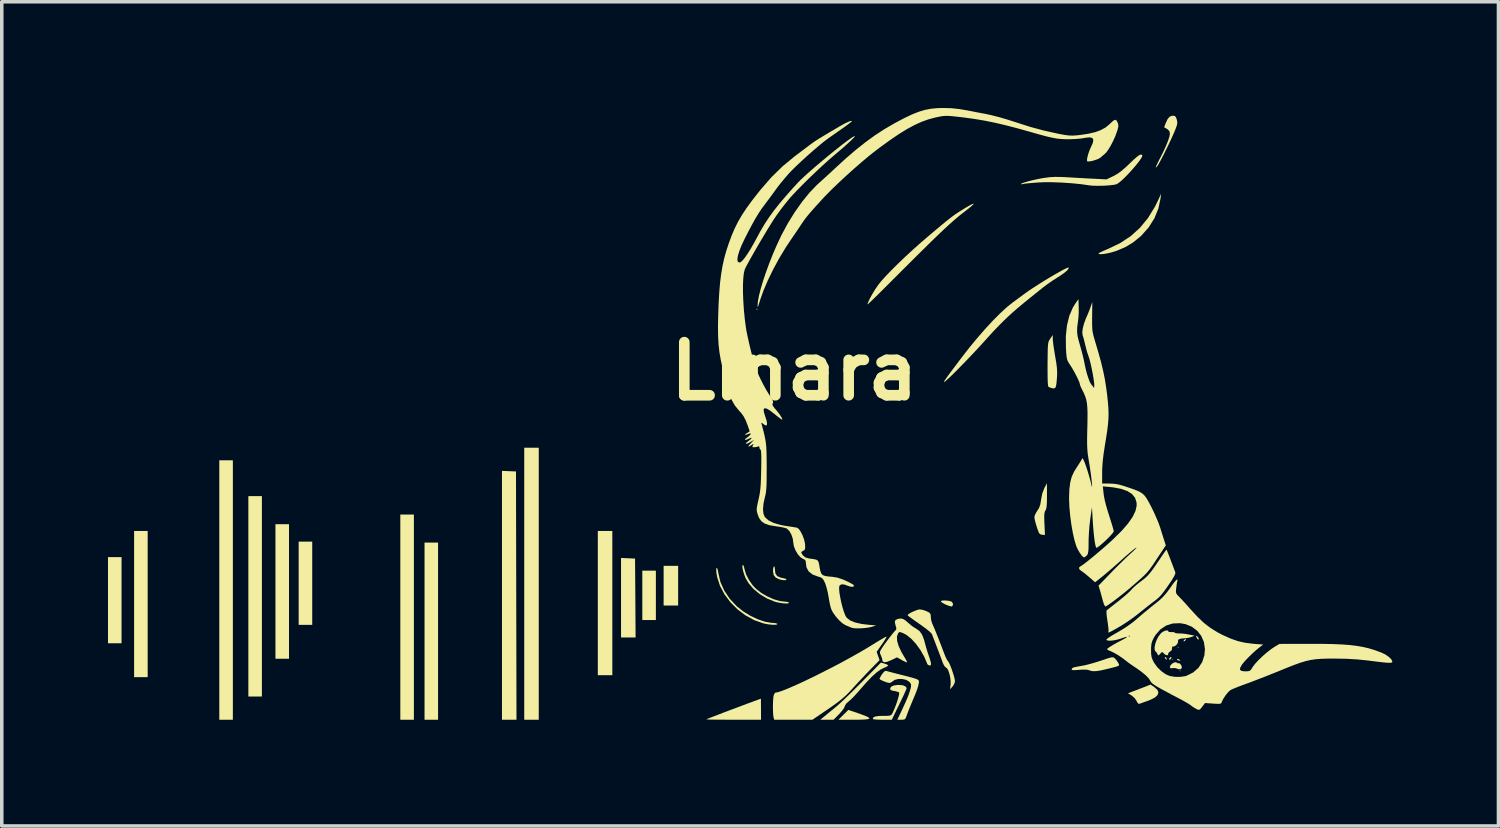
<source format=kicad_pcb>
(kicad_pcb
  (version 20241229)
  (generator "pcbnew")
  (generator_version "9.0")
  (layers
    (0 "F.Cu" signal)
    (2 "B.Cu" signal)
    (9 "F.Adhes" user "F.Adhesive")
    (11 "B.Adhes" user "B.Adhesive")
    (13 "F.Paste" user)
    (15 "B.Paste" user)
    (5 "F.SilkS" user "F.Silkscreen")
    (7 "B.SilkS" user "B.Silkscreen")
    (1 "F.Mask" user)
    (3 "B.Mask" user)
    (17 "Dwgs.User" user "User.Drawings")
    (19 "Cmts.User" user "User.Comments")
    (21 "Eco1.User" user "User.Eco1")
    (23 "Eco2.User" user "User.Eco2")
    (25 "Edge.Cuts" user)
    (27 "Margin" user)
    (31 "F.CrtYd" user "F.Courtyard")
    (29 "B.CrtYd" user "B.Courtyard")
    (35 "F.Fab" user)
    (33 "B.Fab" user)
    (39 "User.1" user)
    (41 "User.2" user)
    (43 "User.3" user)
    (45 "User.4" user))
  (footprint "Linara"
    (layer "F.Cu")
    (at 19.385 7.436)
    (property "Reference" "Linara" (at 0 0 0) (layer "F.SilkS") (effects (font (size 1.5 1.5) (thickness 0.3))))
    (attr board_only exclude_from_pos_files exclude_from_bom)
    (fp_poly (pts (xy 10.69 8.134) (xy 10.677 8.148) (xy 10.663 8.134) (xy 10.677 8.12)) (stroke (width 0) (type solid)) (fill yes) (layer "F.SilkS"))
    (fp_poly (pts (xy 10.854 7.806) (xy 10.841 7.82) (xy 10.827 7.806) (xy 10.841 7.792)) (stroke (width 0) (type solid)) (fill yes) (layer "F.SilkS"))
    (fp_poly (pts (xy 10.909 8.462) (xy 10.895 8.476) (xy 10.882 8.462) (xy 10.895 8.448)) (stroke (width 0) (type solid)) (fill yes) (layer "F.SilkS"))
    (fp_poly (pts (xy -1.048 -1.768) (xy -1.045 -1.736) (xy -1.048 -1.732) (xy -1.064 -1.735) (xy -1.066 -1.75) (xy -1.056 -1.772)) (stroke (width 0) (type solid)) (fill yes) (layer "F.SilkS"))
    (fp_poly (pts (xy -19.002 6.466) (xy -19.002 7.683) (xy -19.194 7.683) (xy -19.385 7.683) (xy -19.385 6.466) (xy -19.385 5.25) (xy -19.194 5.25) (xy -19.002 5.25)) (stroke (width 0) (type solid)) (fill yes) (layer "F.SilkS"))
    (fp_poly (pts (xy -18.264 6.576) (xy -18.264 8.64) (xy -18.455 8.64) (xy -18.647 8.64) (xy -18.647 6.576) (xy -18.647 4.511) (xy -18.455 4.511) (xy -18.264 4.511)) (stroke (width 0) (type solid)) (fill yes) (layer "F.SilkS"))
    (fp_poly (pts (xy -15.858 6.179) (xy -15.858 9.843) (xy -16.049 9.843) (xy -16.241 9.843) (xy -16.241 6.179) (xy -16.241 2.515) (xy -16.049 2.515) (xy -15.858 2.515)) (stroke (width 0) (type solid)) (fill yes) (layer "F.SilkS"))
    (fp_poly (pts (xy -15.038 6.357) (xy -15.038 9.187) (xy -15.229 9.187) (xy -15.42 9.187) (xy -15.42 6.357) (xy -15.42 3.527) (xy -15.229 3.527) (xy -15.038 3.527)) (stroke (width 0) (type solid)) (fill yes) (layer "F.SilkS"))
    (fp_poly (pts (xy -14.272 6.22) (xy -14.272 8.12) (xy -14.464 8.12) (xy -14.655 8.12) (xy -14.655 6.22) (xy -14.655 4.32) (xy -14.464 4.32) (xy -14.272 4.32)) (stroke (width 0) (type solid)) (fill yes) (layer "F.SilkS"))
    (fp_poly (pts (xy -13.616 5.988) (xy -13.616 7.163) (xy -13.807 7.163) (xy -13.999 7.163) (xy -13.999 5.988) (xy -13.999 4.812) (xy -13.807 4.812) (xy -13.616 4.812)) (stroke (width 0) (type solid)) (fill yes) (layer "F.SilkS"))
    (fp_poly (pts (xy -10.745 6.945) (xy -10.745 9.843) (xy -10.936 9.843) (xy -11.128 9.843) (xy -11.128 6.945) (xy -11.128 4.047) (xy -10.936 4.047) (xy -10.745 4.047)) (stroke (width 0) (type solid)) (fill yes) (layer "F.SilkS"))
    (fp_poly (pts (xy -10.062 7.341) (xy -10.062 9.843) (xy -10.253 9.843) (xy -10.444 9.843) (xy -10.444 7.341) (xy -10.444 4.839) (xy -10.253 4.839) (xy -10.062 4.839)) (stroke (width 0) (type solid)) (fill yes) (layer "F.SilkS"))
    (fp_poly (pts (xy -8.059 2.822) (xy -7.861 2.83) (xy -7.854 6.336) (xy -7.847 9.843) (xy -8.052 9.843) (xy -8.257 9.843) (xy -8.257 6.328) (xy -8.257 2.814)) (stroke (width 0) (type solid)) (fill yes) (layer "F.SilkS"))
    (fp_poly (pts (xy -7.218 6.001) (xy -7.218 9.843) (xy -7.423 9.843) (xy -7.628 9.843) (xy -7.628 6.001) (xy -7.628 2.16) (xy -7.423 2.16) (xy -7.218 2.16)) (stroke (width 0) (type solid)) (fill yes) (layer "F.SilkS"))
    (fp_poly (pts (xy -5.14 6.548) (xy -5.14 8.585) (xy -5.345 8.585) (xy -5.55 8.585) (xy -5.55 6.548) (xy -5.55 4.511) (xy -5.345 4.511) (xy -5.14 4.511)) (stroke (width 0) (type solid)) (fill yes) (layer "F.SilkS"))
    (fp_poly (pts (xy -4.696 5.282) (xy -4.498 5.291) (xy -4.49 6.405) (xy -4.483 7.519) (xy -4.689 7.519) (xy -4.894 7.519) (xy -4.894 6.397) (xy -4.894 5.274)) (stroke (width 0) (type solid)) (fill yes) (layer "F.SilkS"))
    (fp_poly (pts (xy -3.91 6.329) (xy -3.91 7.027) (xy -4.101 7.027) (xy -4.293 7.027) (xy -4.293 6.329) (xy -4.293 5.632) (xy -4.101 5.632) (xy -3.91 5.632)) (stroke (width 0) (type solid)) (fill yes) (layer "F.SilkS"))
    (fp_poly (pts (xy -3.281 6.056) (xy -3.281 6.617) (xy -3.486 6.617) (xy -3.691 6.617) (xy -3.691 6.056) (xy -3.691 5.496) (xy -3.486 5.496) (xy -3.281 5.496)) (stroke (width 0) (type solid)) (fill yes) (layer "F.SilkS"))
    (fp_poly (pts (xy 10.514 8.096) (xy 10.517 8.111) (xy 10.514 8.145) (xy 10.511 8.148) (xy 10.492 8.13) (xy 10.475 8.111) (xy 10.46 8.081) (xy 10.481 8.075)) (stroke (width 0) (type solid)) (fill yes) (layer "F.SilkS"))
    (fp_poly (pts (xy 10.651 8.08) (xy 10.647 8.104) (xy 10.621 8.139) (xy 10.594 8.147) (xy 10.585 8.124) (xy 10.587 8.115) (xy 10.621 8.076) (xy 10.631 8.072)) (stroke (width 0) (type solid)) (fill yes) (layer "F.SilkS"))
    (fp_poly (pts (xy 10.844 8.128) (xy 10.882 8.148) (xy 10.907 8.169) (xy 10.883 8.175) (xy 10.877 8.175) (xy 10.827 8.161) (xy 10.813 8.148) (xy 10.811 8.124)) (stroke (width 0) (type solid)) (fill yes) (layer "F.SilkS"))
    (fp_poly (pts (xy 11.06 7.575) (xy 11.057 7.583) (xy 11.033 7.617) (xy 11.004 7.631) (xy 10.991 7.618) (xy 11.009 7.594) (xy 11.033 7.573) (xy 11.062 7.553)) (stroke (width 0) (type solid)) (fill yes) (layer "F.SilkS"))
    (fp_poly (pts (xy 11.378 7.486) (xy 11.389 7.496) (xy 11.421 7.541) (xy 11.425 7.568) (xy 11.403 7.577) (xy 11.388 7.563) (xy 11.357 7.507) (xy 11.352 7.49) (xy 11.352 7.468)) (stroke (width 0) (type solid)) (fill yes) (layer "F.SilkS"))
    (fp_poly (pts (xy 1.781 9.652) (xy 1.941 9.709) (xy 2.051 9.753) (xy 2.111 9.787) (xy 2.12 9.811) (xy 2.078 9.827) (xy 1.983 9.837) (xy 1.835 9.842) (xy 1.674 9.843) (xy 1.247 9.843) (xy 1.386 9.704) (xy 1.526 9.565)) (stroke (width 0) (type solid)) (fill yes) (layer "F.SilkS"))
    (fp_poly (pts (xy 4.314 6.478) (xy 4.39 6.49) (xy 4.443 6.508) (xy 4.449 6.513) (xy 4.48 6.56) (xy 4.48 6.61) (xy 4.451 6.641) (xy 4.436 6.643) (xy 4.385 6.632) (xy 4.307 6.603) (xy 4.258 6.582) (xy 4.187 6.543) (xy 4.145 6.509) (xy 4.138 6.494) (xy 4.169 6.479) (xy 4.234 6.474)) (stroke (width 0) (type solid)) (fill yes) (layer "F.SilkS"))
    (fp_poly (pts (xy 10.8 8.23) (xy 10.834 8.251) (xy 10.85 8.246) (xy 10.884 8.252) (xy 10.92 8.29) (xy 10.944 8.341) (xy 10.945 8.383) (xy 10.908 8.416) (xy 10.846 8.415) (xy 10.801 8.395) (xy 10.746 8.382) (xy 10.685 8.385) (xy 10.629 8.39) (xy 10.61 8.366) (xy 10.608 8.348) (xy 10.628 8.302) (xy 10.674 8.257) (xy 10.731 8.226) (xy 10.78 8.217)) (stroke (width 0) (type solid)) (fill yes) (layer "F.SilkS"))
    (fp_poly (pts (xy -0.941 9.545) (xy -0.94 9.843) (xy -1.718 9.843) (xy -1.918 9.842) (xy -2.097 9.841) (xy -2.251 9.84) (xy -2.371 9.838) (xy -2.451 9.835) (xy -2.485 9.832) (xy -2.486 9.832) (xy -2.458 9.819) (xy -2.386 9.791) (xy -2.278 9.749) (xy -2.141 9.696) (xy -1.983 9.635) (xy -1.811 9.57) (xy -1.632 9.503) (xy -1.455 9.436) (xy -1.285 9.373) (xy -1.189 9.338) (xy -0.943 9.247)) (stroke (width 0) (type solid)) (fill yes) (layer "F.SilkS"))
    (fp_poly (pts (xy -0.557 5.522) (xy -0.548 5.581) (xy -0.547 5.615) (xy -0.532 5.716) (xy -0.484 5.784) (xy -0.394 5.826) (xy -0.321 5.842) (xy -0.255 5.858) (xy -0.22 5.877) (xy -0.219 5.882) (xy -0.242 5.9) (xy -0.304 5.901) (xy -0.389 5.886) (xy -0.42 5.878) (xy -0.524 5.829) (xy -0.582 5.756) (xy -0.601 5.649) (xy -0.602 5.643) (xy -0.596 5.567) (xy -0.581 5.517) (xy -0.574 5.509)) (stroke (width 0) (type solid)) (fill yes) (layer "F.SilkS"))
    (fp_poly (pts (xy 10.17 8.923) (xy 10.254 8.997) (xy 10.284 9.072) (xy 10.26 9.145) (xy 10.185 9.215) (xy 10.057 9.281) (xy 9.993 9.305) (xy 9.893 9.341) (xy 9.809 9.371) (xy 9.757 9.39) (xy 9.755 9.391) (xy 9.718 9.391) (xy 9.685 9.35) (xy 9.67 9.316) (xy 9.617 9.236) (xy 9.538 9.166) (xy 9.528 9.159) (xy 9.425 9.096) (xy 9.559 9.045) (xy 9.657 9.008) (xy 9.777 8.961) (xy 9.876 8.923) (xy 10.06 8.85)) (stroke (width 0) (type solid)) (fill yes) (layer "F.SilkS"))
    (fp_poly (pts (xy 10.344 -4.88) (xy 10.282 -4.594) (xy 10.17 -4.319) (xy 10.009 -4.064) (xy 9.805 -3.834) (xy 9.766 -3.798) (xy 9.565 -3.636) (xy 9.359 -3.511) (xy 9.124 -3.41) (xy 9.066 -3.389) (xy 8.954 -3.356) (xy 8.843 -3.33) (xy 8.741 -3.313) (xy 8.659 -3.306) (xy 8.607 -3.31) (xy 8.594 -3.326) (xy 8.6 -3.334) (xy 8.636 -3.355) (xy 8.709 -3.39) (xy 8.808 -3.433) (xy 8.865 -3.457) (xy 9.202 -3.618) (xy 9.5 -3.815) (xy 9.762 -4.051) (xy 9.99 -4.328) (xy 10.187 -4.649) (xy 10.286 -4.852) (xy 10.361 -5.017)) (stroke (width 0) (type solid)) (fill yes) (layer "F.SilkS"))
    (fp_poly (pts (xy -1.432 5.492) (xy -1.414 5.553) (xy -1.408 5.584) (xy -1.363 5.735) (xy -1.282 5.894) (xy -1.176 6.045) (xy -1.081 6.146) (xy -0.933 6.261) (xy -0.76 6.361) (xy -0.58 6.44) (xy -0.406 6.491) (xy -0.268 6.507) (xy -0.198 6.514) (xy -0.154 6.531) (xy -0.15 6.535) (xy -0.161 6.552) (xy -0.212 6.56) (xy -0.292 6.557) (xy -0.388 6.545) (xy -0.489 6.525) (xy -0.551 6.508) (xy -0.77 6.419) (xy -0.974 6.296) (xy -1.152 6.149) (xy -1.293 5.985) (xy -1.372 5.851) (xy -1.412 5.751) (xy -1.443 5.651) (xy -1.463 5.561) (xy -1.467 5.497) (xy -1.454 5.469) (xy -1.452 5.468)) (stroke (width 0) (type solid)) (fill yes) (layer "F.SilkS"))
    (fp_poly (pts (xy 7.136 3.517) (xy 7.135 3.674) (xy 7.129 3.786) (xy 7.12 3.863) (xy 7.104 3.913) (xy 7.093 3.932) (xy 7.074 3.969) (xy 7.063 4.021) (xy 7.059 4.099) (xy 7.061 4.215) (xy 7.065 4.307) (xy 7.08 4.621) (xy 7.016 4.621) (xy 6.954 4.607) (xy 6.924 4.586) (xy 6.899 4.539) (xy 6.868 4.456) (xy 6.835 4.354) (xy 6.806 4.251) (xy 6.786 4.163) (xy 6.781 4.116) (xy 6.796 4.059) (xy 6.836 3.982) (xy 6.864 3.939) (xy 6.916 3.855) (xy 6.948 3.762) (xy 6.969 3.638) (xy 6.97 3.628) (xy 7.005 3.449) (xy 7.063 3.3) (xy 7.064 3.297) (xy 7.136 3.163)) (stroke (width 0) (type solid)) (fill yes) (layer "F.SilkS"))
    (fp_poly (pts (xy -2.173 5.575) (xy -2.155 5.639) (xy -2.145 5.705) (xy -2.087 5.952) (xy -1.979 6.194) (xy -1.825 6.424) (xy -1.63 6.633) (xy -1.621 6.641) (xy -1.443 6.782) (xy -1.244 6.905) (xy -1.037 7.003) (xy -0.834 7.072) (xy -0.649 7.106) (xy -0.592 7.109) (xy -0.523 7.116) (xy -0.481 7.133) (xy -0.478 7.136) (xy -0.49 7.153) (xy -0.542 7.161) (xy -0.624 7.16) (xy -0.723 7.15) (xy -0.827 7.132) (xy -0.875 7.12) (xy -1.136 7.028) (xy -1.382 6.893) (xy -1.608 6.722) (xy -1.806 6.523) (xy -1.972 6.301) (xy -2.098 6.064) (xy -2.178 5.818) (xy -2.2 5.694) (xy -2.205 5.608) (xy -2.199 5.558) (xy -2.19 5.55)) (stroke (width 0) (type solid)) (fill yes) (layer "F.SilkS"))
    (fp_poly (pts (xy 7.3 -0.914) (xy 7.305 -0.847) (xy 7.318 -0.739) (xy 7.338 -0.605) (xy 7.362 -0.458) (xy 7.368 -0.423) (xy 7.397 -0.252) (xy 7.415 -0.117) (xy 7.423 -0.003) (xy 7.423 0.107) (xy 7.416 0.218) (xy 7.404 0.346) (xy 7.39 0.427) (xy 7.369 0.47) (xy 7.334 0.485) (xy 7.281 0.478) (xy 7.259 0.473) (xy 7.2 0.451) (xy 7.176 0.436) (xy 7.166 0.4) (xy 7.159 0.313) (xy 7.155 0.175) (xy 7.153 -0.008) (xy 7.153 -0.201) (xy 7.155 -0.399) (xy 7.157 -0.551) (xy 7.16 -0.664) (xy 7.166 -0.745) (xy 7.174 -0.803) (xy 7.186 -0.845) (xy 7.203 -0.879) (xy 7.224 -0.913) (xy 7.229 -0.92) (xy 7.3 -1.024)) (stroke (width 0) (type solid)) (fill yes) (layer "F.SilkS"))
    (fp_poly (pts (xy 10.746 -7.21) (xy 10.779 -7.176) (xy 10.802 -7.112) (xy 10.816 -7.051) (xy 10.816 -6.994) (xy 10.799 -6.925) (xy 10.761 -6.824) (xy 10.759 -6.818) (xy 10.711 -6.705) (xy 10.649 -6.568) (xy 10.579 -6.418) (xy 10.504 -6.264) (xy 10.431 -6.117) (xy 10.363 -5.986) (xy 10.306 -5.881) (xy 10.265 -5.812) (xy 10.254 -5.796) (xy 10.218 -5.756) (xy 10.209 -5.758) (xy 10.216 -5.783) (xy 10.238 -5.832) (xy 10.277 -5.914) (xy 10.327 -6.012) (xy 10.337 -6.03) (xy 10.427 -6.209) (xy 10.503 -6.376) (xy 10.561 -6.521) (xy 10.597 -6.637) (xy 10.608 -6.709) (xy 10.595 -6.781) (xy 10.545 -6.833) (xy 10.527 -6.844) (xy 10.446 -6.892) (xy 10.49 -7.007) (xy 10.543 -7.121) (xy 10.599 -7.188) (xy 10.665 -7.216) (xy 10.694 -7.218)) (stroke (width 0) (type solid)) (fill yes) (layer "F.SilkS"))
    (fp_poly (pts (xy 2.55 8.258) (xy 2.615 8.282) (xy 2.65 8.304) (xy 2.652 8.309) (xy 2.629 8.331) (xy 2.57 8.362) (xy 2.53 8.378) (xy 2.429 8.43) (xy 2.316 8.513) (xy 2.186 8.631) (xy 2.036 8.788) (xy 1.879 8.968) (xy 1.78 9.08) (xy 1.685 9.184) (xy 1.602 9.267) (xy 1.542 9.32) (xy 1.535 9.325) (xy 1.464 9.389) (xy 1.428 9.454) (xy 1.426 9.461) (xy 1.404 9.512) (xy 1.351 9.586) (xy 1.28 9.669) (xy 1.263 9.686) (xy 1.109 9.843) (xy 0.921 9.843) (xy 0.733 9.843) (xy 0.852 9.746) (xy 0.928 9.683) (xy 1.029 9.6) (xy 1.137 9.512) (xy 1.176 9.48) (xy 1.251 9.415) (xy 1.357 9.317) (xy 1.485 9.195) (xy 1.629 9.055) (xy 1.78 8.905) (xy 1.914 8.77) (xy 2.447 8.229)) (stroke (width 0) (type solid)) (fill yes) (layer "F.SilkS"))
    (fp_poly (pts (xy 9.028 8.09) (xy 9.054 8.11) (xy 9.054 8.11) (xy 9.109 8.174) (xy 9.149 8.237) (xy 9.167 8.271) (xy 9.175 8.295) (xy 9.164 8.314) (xy 9.129 8.332) (xy 9.06 8.353) (xy 8.952 8.381) (xy 8.846 8.407) (xy 8.662 8.449) (xy 8.523 8.47) (xy 8.419 8.471) (xy 8.344 8.452) (xy 8.328 8.444) (xy 8.265 8.429) (xy 8.152 8.427) (xy 8.049 8.433) (xy 7.937 8.441) (xy 7.87 8.441) (xy 7.839 8.434) (xy 7.834 8.417) (xy 7.836 8.41) (xy 7.847 8.391) (xy 7.868 8.375) (xy 7.909 8.361) (xy 7.981 8.345) (xy 8.091 8.325) (xy 8.173 8.311) (xy 8.27 8.289) (xy 8.401 8.254) (xy 8.547 8.211) (xy 8.673 8.17) (xy 8.808 8.124) (xy 8.901 8.095) (xy 8.962 8.081) (xy 9.001 8.079)) (stroke (width 0) (type solid)) (fill yes) (layer "F.SilkS"))
    (fp_poly (pts (xy 3.062 8.869) (xy 3.137 8.899) (xy 3.171 8.942) (xy 3.172 8.951) (xy 3.16 8.988) (xy 3.128 9.063) (xy 3.081 9.167) (xy 3.023 9.288) (xy 3.011 9.312) (xy 2.947 9.444) (xy 2.886 9.568) (xy 2.837 9.67) (xy 2.805 9.737) (xy 2.803 9.74) (xy 2.755 9.843) (xy 2.485 9.843) (xy 2.371 9.841) (xy 2.281 9.835) (xy 2.226 9.827) (xy 2.215 9.821) (xy 2.232 9.779) (xy 2.289 9.751) (xy 2.389 9.737) (xy 2.506 9.733) (xy 2.618 9.733) (xy 2.687 9.728) (xy 2.728 9.714) (xy 2.754 9.689) (xy 2.775 9.653) (xy 2.819 9.556) (xy 2.864 9.444) (xy 2.905 9.328) (xy 2.937 9.221) (xy 2.958 9.135) (xy 2.963 9.082) (xy 2.96 9.073) (xy 2.917 9.052) (xy 2.844 9.034) (xy 2.819 9.031) (xy 2.744 9.014) (xy 2.711 8.988) (xy 2.707 8.964) (xy 2.732 8.913) (xy 2.803 8.878) (xy 2.912 8.86) (xy 2.956 8.859)) (stroke (width 0) (type solid)) (fill yes) (layer "F.SilkS"))
    (fp_poly (pts (xy 2.601 7.512) (xy 2.57 7.567) (xy 2.519 7.648) (xy 2.477 7.708) (xy 2.325 7.925) (xy 2.366 8.042) (xy 2.408 8.159) (xy 2.152 8.42) (xy 2.026 8.551) (xy 1.884 8.701) (xy 1.746 8.849) (xy 1.657 8.947) (xy 1.563 9.05) (xy 1.475 9.138) (xy 1.386 9.22) (xy 1.287 9.302) (xy 1.169 9.391) (xy 1.024 9.494) (xy 0.843 9.618) (xy 0.796 9.65) (xy 0.511 9.843) (xy -0.029 9.843) (xy -0.568 9.843) (xy -0.587 9.77) (xy -0.597 9.696) (xy -0.602 9.586) (xy -0.604 9.458) (xy -0.601 9.331) (xy -0.593 9.222) (xy -0.586 9.173) (xy -0.564 9.108) (xy -0.534 9.078) (xy -0.53 9.077) (xy -0.459 9.064) (xy -0.346 9.027) (xy -0.197 8.968) (xy -0.017 8.891) (xy 0.189 8.798) (xy 0.414 8.691) (xy 0.653 8.574) (xy 0.901 8.449) (xy 1.152 8.32) (xy 1.4 8.188) (xy 1.64 8.056) (xy 1.866 7.928) (xy 2.073 7.806) (xy 2.169 7.747) (xy 2.304 7.664) (xy 2.422 7.593) (xy 2.517 7.537) (xy 2.581 7.502) (xy 2.604 7.491)) (stroke (width 0) (type solid)) (fill yes) (layer "F.SilkS"))
    (fp_poly (pts (xy 2.592 8.462) (xy 2.632 8.474) (xy 2.715 8.496) (xy 2.828 8.526) (xy 2.963 8.56) (xy 3.009 8.572) (xy 3.188 8.617) (xy 3.32 8.652) (xy 3.413 8.68) (xy 3.473 8.703) (xy 3.506 8.726) (xy 3.52 8.751) (xy 3.52 8.782) (xy 3.516 8.811) (xy 3.501 8.882) (xy 3.476 8.966) (xy 3.437 9.074) (xy 3.38 9.213) (xy 3.316 9.364) (xy 3.265 9.486) (xy 3.219 9.603) (xy 3.183 9.697) (xy 3.173 9.727) (xy 3.146 9.799) (xy 3.116 9.832) (xy 3.063 9.842) (xy 3.022 9.843) (xy 2.909 9.843) (xy 3.043 9.563) (xy 3.147 9.337) (xy 3.224 9.152) (xy 3.274 9.002) (xy 3.294 8.921) (xy 3.299 8.852) (xy 3.273 8.799) (xy 3.238 8.763) (xy 3.156 8.716) (xy 3.048 8.692) (xy 2.936 8.692) (xy 2.838 8.717) (xy 2.789 8.749) (xy 2.732 8.79) (xy 2.687 8.804) (xy 2.633 8.794) (xy 2.56 8.77) (xy 2.486 8.739) (xy 2.428 8.709) (xy 2.406 8.687) (xy 2.42 8.654) (xy 2.455 8.593) (xy 2.479 8.556) (xy 2.538 8.483) (xy 2.584 8.46)) (stroke (width 0) (type solid)) (fill yes) (layer "F.SilkS"))
    (fp_poly (pts (xy 5.051 -4.708) (xy 4.992 -4.653) (xy 4.888 -4.57) (xy 4.853 -4.543) (xy 4.76 -4.471) (xy 4.668 -4.398) (xy 4.575 -4.32) (xy 4.476 -4.235) (xy 4.369 -4.139) (xy 4.251 -4.031) (xy 4.119 -3.906) (xy 3.969 -3.762) (xy 3.798 -3.595) (xy 3.603 -3.403) (xy 3.381 -3.183) (xy 3.129 -2.932) (xy 2.843 -2.646) (xy 2.665 -2.468) (xy 2.519 -2.322) (xy 2.385 -2.189) (xy 2.269 -2.075) (xy 2.174 -1.984) (xy 2.107 -1.92) (xy 2.072 -1.889) (xy 2.068 -1.887) (xy 2.07 -1.909) (xy 2.094 -1.968) (xy 2.133 -2.052) (xy 2.143 -2.071) (xy 2.209 -2.191) (xy 2.291 -2.324) (xy 2.366 -2.433) (xy 2.459 -2.549) (xy 2.588 -2.693) (xy 2.749 -2.86) (xy 2.934 -3.043) (xy 3.138 -3.238) (xy 3.354 -3.437) (xy 3.578 -3.637) (xy 3.787 -3.816) (xy 3.979 -3.978) (xy 4.136 -4.11) (xy 4.264 -4.216) (xy 4.372 -4.302) (xy 4.465 -4.373) (xy 4.549 -4.434) (xy 4.633 -4.49) (xy 4.722 -4.546) (xy 4.823 -4.608) (xy 4.844 -4.621) (xy 4.962 -4.689) (xy 5.036 -4.726) (xy 5.066 -4.732)) (stroke (width 0) (type solid)) (fill yes) (layer "F.SilkS"))
    (fp_poly (pts (xy 10.562 7.336) (xy 10.562 7.344) (xy 10.582 7.364) (xy 10.645 7.367) (xy 10.651 7.367) (xy 10.713 7.368) (xy 10.744 7.38) (xy 10.745 7.383) (xy 10.769 7.397) (xy 10.831 7.405) (xy 10.861 7.405) (xy 10.952 7.408) (xy 11.05 7.419) (xy 11.173 7.441) (xy 11.237 7.454) (xy 11.306 7.469) (xy 11.224 7.503) (xy 11.139 7.527) (xy 11.043 7.541) (xy 11.035 7.541) (xy 10.919 7.552) (xy 10.854 7.574) (xy 10.836 7.609) (xy 10.84 7.621) (xy 10.834 7.67) (xy 10.798 7.724) (xy 10.749 7.765) (xy 10.703 7.774) (xy 10.701 7.774) (xy 10.673 7.778) (xy 10.67 7.823) (xy 10.656 7.885) (xy 10.615 7.914) (xy 10.571 7.95) (xy 10.561 7.983) (xy 10.55 8.018) (xy 10.512 8.021) (xy 10.461 7.993) (xy 10.438 7.97) (xy 10.402 7.934) (xy 10.376 7.936) (xy 10.337 7.977) (xy 10.335 7.98) (xy 10.296 8.021) (xy 10.276 8.023) (xy 10.262 7.993) (xy 10.229 7.939) (xy 10.207 7.921) (xy 10.179 7.874) (xy 10.176 7.795) (xy 10.196 7.695) (xy 10.235 7.588) (xy 10.289 7.486) (xy 10.354 7.402) (xy 10.367 7.39) (xy 10.424 7.35) (xy 10.487 7.325) (xy 10.538 7.319)) (stroke (width 0) (type solid)) (fill yes) (layer "F.SilkS"))
    (fp_poly (pts (xy 9.818 -6.112) (xy 9.829 -6.098) (xy 9.822 -6.06) (xy 9.783 -5.993) (xy 9.718 -5.903) (xy 9.633 -5.798) (xy 9.536 -5.686) (xy 9.433 -5.574) (xy 9.332 -5.47) (xy 9.238 -5.382) (xy 9.159 -5.317) (xy 9.101 -5.282) (xy 9.097 -5.281) (xy 9.011 -5.264) (xy 8.888 -5.25) (xy 8.743 -5.241) (xy 8.593 -5.238) (xy 8.456 -5.24) (xy 8.347 -5.248) (xy 8.325 -5.251) (xy 8.099 -5.284) (xy 7.839 -5.31) (xy 7.565 -5.329) (xy 7.295 -5.339) (xy 7.048 -5.339) (xy 6.904 -5.333) (xy 6.76 -5.322) (xy 6.631 -5.311) (xy 6.53 -5.301) (xy 6.468 -5.291) (xy 6.459 -5.289) (xy 6.412 -5.281) (xy 6.398 -5.286) (xy 6.423 -5.305) (xy 6.491 -5.331) (xy 6.593 -5.361) (xy 6.717 -5.393) (xy 6.852 -5.423) (xy 6.99 -5.45) (xy 7.036 -5.458) (xy 7.209 -5.481) (xy 7.373 -5.49) (xy 7.555 -5.487) (xy 7.642 -5.483) (xy 7.796 -5.474) (xy 7.982 -5.463) (xy 8.179 -5.452) (xy 8.366 -5.442) (xy 8.394 -5.441) (xy 8.818 -5.419) (xy 9.009 -5.511) (xy 9.117 -5.57) (xy 9.226 -5.647) (xy 9.347 -5.75) (xy 9.468 -5.864) (xy 9.589 -5.98) (xy 9.68 -6.059) (xy 9.744 -6.105) (xy 9.788 -6.121)) (stroke (width 0) (type solid)) (fill yes) (layer "F.SilkS"))
    (fp_poly (pts (xy 7.745 -2.929) (xy 7.744 -2.894) (xy 7.698 -2.839) (xy 7.609 -2.766) (xy 7.481 -2.679) (xy 7.409 -2.634) (xy 7.285 -2.554) (xy 7.15 -2.46) (xy 7.033 -2.373) (xy 7.027 -2.368) (xy 6.821 -2.203) (xy 6.652 -2.067) (xy 6.512 -1.954) (xy 6.396 -1.858) (xy 6.295 -1.773) (xy 6.205 -1.695) (xy 6.118 -1.617) (xy 6.042 -1.547) (xy 5.916 -1.427) (xy 5.772 -1.282) (xy 5.628 -1.133) (xy 5.505 -0.998) (xy 5.354 -0.831) (xy 5.199 -0.662) (xy 5.043 -0.495) (xy 4.89 -0.334) (xy 4.743 -0.182) (xy 4.608 -0.044) (xy 4.487 0.076) (xy 4.384 0.175) (xy 4.304 0.249) (xy 4.25 0.293) (xy 4.226 0.303) (xy 4.231 0.287) (xy 4.258 0.243) (xy 4.312 0.167) (xy 4.394 0.054) (xy 4.506 -0.095) (xy 4.649 -0.285) (xy 4.744 -0.41) (xy 4.957 -0.684) (xy 5.177 -0.949) (xy 5.396 -1.2) (xy 5.609 -1.43) (xy 5.811 -1.632) (xy 5.994 -1.802) (xy 6.155 -1.932) (xy 6.161 -1.937) (xy 6.248 -2.001) (xy 6.36 -2.083) (xy 6.478 -2.17) (xy 6.521 -2.202) (xy 6.627 -2.277) (xy 6.755 -2.362) (xy 6.899 -2.455) (xy 7.051 -2.55) (xy 7.205 -2.643) (xy 7.352 -2.73) (xy 7.486 -2.806) (xy 7.599 -2.868) (xy 7.685 -2.91) (xy 7.735 -2.93)) (stroke (width 0) (type solid)) (fill yes) (layer "F.SilkS"))
    (fp_poly (pts (xy 3.618 6.738) (xy 3.709 6.767) (xy 3.739 6.78) (xy 3.81 6.816) (xy 3.844 6.852) (xy 3.855 6.907) (xy 3.855 6.939) (xy 3.867 7.036) (xy 3.896 7.128) (xy 3.899 7.133) (xy 3.93 7.202) (xy 3.976 7.311) (xy 4.032 7.451) (xy 4.096 7.612) (xy 4.162 7.783) (xy 4.227 7.955) (xy 4.232 7.97) (xy 4.272 8.067) (xy 4.31 8.145) (xy 4.339 8.188) (xy 4.341 8.19) (xy 4.368 8.23) (xy 4.404 8.308) (xy 4.443 8.41) (xy 4.481 8.521) (xy 4.513 8.627) (xy 4.533 8.714) (xy 4.538 8.755) (xy 4.519 8.827) (xy 4.472 8.901) (xy 4.469 8.905) (xy 4.398 8.982) (xy 4.415 8.855) (xy 4.417 8.757) (xy 4.404 8.646) (xy 4.379 8.538) (xy 4.347 8.447) (xy 4.31 8.387) (xy 4.288 8.373) (xy 4.251 8.341) (xy 4.211 8.274) (xy 4.194 8.234) (xy 4.163 8.15) (xy 4.121 8.037) (xy 4.071 7.905) (xy 4.019 7.769) (xy 3.969 7.638) (xy 3.926 7.527) (xy 3.895 7.447) (xy 3.883 7.418) (xy 3.852 7.382) (xy 3.785 7.323) (xy 3.689 7.248) (xy 3.575 7.165) (xy 3.529 7.133) (xy 3.412 7.052) (xy 3.314 6.981) (xy 3.241 6.927) (xy 3.203 6.894) (xy 3.199 6.889) (xy 3.222 6.862) (xy 3.281 6.825) (xy 3.36 6.786) (xy 3.443 6.752) (xy 3.514 6.73) (xy 3.544 6.727)) (stroke (width 0) (type solid)) (fill yes) (layer "F.SilkS"))
    (fp_poly (pts (xy 10.514 5.037) (xy 10.526 5.064) (xy 10.552 5.13) (xy 10.589 5.224) (xy 10.631 5.333) (xy 10.674 5.446) (xy 10.713 5.55) (xy 10.744 5.634) (xy 10.762 5.685) (xy 10.764 5.691) (xy 10.755 5.733) (xy 10.718 5.808) (xy 10.658 5.908) (xy 10.62 5.964) (xy 10.514 6.118) (xy 10.429 6.234) (xy 10.358 6.322) (xy 10.294 6.39) (xy 10.229 6.447) (xy 10.163 6.498) (xy 10.084 6.557) (xy 9.978 6.64) (xy 9.859 6.735) (xy 9.753 6.82) (xy 9.613 6.929) (xy 9.451 7.045) (xy 9.288 7.153) (xy 9.193 7.211) (xy 9.054 7.291) (xy 8.957 7.344) (xy 8.897 7.373) (xy 8.868 7.379) (xy 8.867 7.365) (xy 8.873 7.354) (xy 8.876 7.316) (xy 8.87 7.238) (xy 8.857 7.131) (xy 8.844 7.05) (xy 8.827 6.933) (xy 8.818 6.837) (xy 8.817 6.773) (xy 8.821 6.755) (xy 8.851 6.732) (xy 8.914 6.681) (xy 9.004 6.611) (xy 9.111 6.527) (xy 9.146 6.5) (xy 9.262 6.406) (xy 9.368 6.316) (xy 9.454 6.239) (xy 9.508 6.184) (xy 9.515 6.176) (xy 9.569 6.118) (xy 9.653 6.043) (xy 9.75 5.964) (xy 9.778 5.943) (xy 9.864 5.878) (xy 9.936 5.816) (xy 10.001 5.75) (xy 10.068 5.671) (xy 10.144 5.569) (xy 10.236 5.436) (xy 10.32 5.311) (xy 10.392 5.204) (xy 10.452 5.118) (xy 10.495 5.059) (xy 10.514 5.037)) (stroke (width 0) (type solid)) (fill yes) (layer "F.SilkS"))
    (fp_poly (pts (xy 3.078 7) (xy 3.145 7.043) (xy 3.235 7.121) (xy 3.249 7.134) (xy 3.334 7.203) (xy 3.429 7.264) (xy 3.447 7.274) (xy 3.538 7.34) (xy 3.609 7.441) (xy 3.665 7.584) (xy 3.691 7.683) (xy 3.723 7.801) (xy 3.762 7.93) (xy 3.78 7.984) (xy 3.827 8.121) (xy 3.854 8.215) (xy 3.862 8.273) (xy 3.853 8.303) (xy 3.827 8.312) (xy 3.824 8.312) (xy 3.772 8.29) (xy 3.755 8.264) (xy 3.672 8.067) (xy 3.565 7.878) (xy 3.44 7.705) (xy 3.307 7.559) (xy 3.172 7.45) (xy 3.09 7.405) (xy 3.016 7.374) (xy 2.974 7.366) (xy 2.949 7.38) (xy 2.933 7.399) (xy 2.899 7.491) (xy 2.904 7.614) (xy 2.947 7.762) (xy 3.026 7.931) (xy 3.078 8.02) (xy 3.131 8.109) (xy 3.17 8.179) (xy 3.187 8.219) (xy 3.187 8.224) (xy 3.159 8.218) (xy 3.099 8.19) (xy 3.039 8.158) (xy 2.902 8.081) (xy 2.738 8.159) (xy 2.618 8.208) (xy 2.536 8.218) (xy 2.494 8.191) (xy 2.488 8.16) (xy 2.477 8.106) (xy 2.449 8.033) (xy 2.445 8.024) (xy 2.422 7.968) (xy 2.419 7.925) (xy 2.442 7.873) (xy 2.478 7.815) (xy 2.534 7.733) (xy 2.605 7.635) (xy 2.682 7.532) (xy 2.756 7.437) (xy 2.818 7.362) (xy 2.859 7.317) (xy 2.863 7.314) (xy 2.882 7.284) (xy 2.877 7.233) (xy 2.859 7.177) (xy 2.838 7.088) (xy 2.853 7.033) (xy 2.912 7) (xy 2.958 6.989) (xy 3.02 6.984)) (stroke (width 0) (type solid)) (fill yes) (layer "F.SilkS"))
    (fp_poly (pts (xy 4.443 -7.429) (xy 4.671 -7.404) (xy 4.883 -7.368) (xy 5.033 -7.339) (xy 5.181 -7.31) (xy 5.309 -7.286) (xy 5.4 -7.269) (xy 5.578 -7.23) (xy 5.792 -7.175) (xy 6.025 -7.107) (xy 6.263 -7.031) (xy 6.329 -7.009) (xy 6.675 -6.899) (xy 7.048 -6.799) (xy 7.42 -6.716) (xy 7.505 -6.699) (xy 7.649 -6.673) (xy 7.76 -6.659) (xy 7.857 -6.656) (xy 7.962 -6.662) (xy 8.061 -6.672) (xy 8.302 -6.708) (xy 8.499 -6.753) (xy 8.659 -6.812) (xy 8.794 -6.887) (xy 8.911 -6.984) (xy 8.939 -7.012) (xy 9.013 -7.08) (xy 9.064 -7.103) (xy 9.101 -7.083) (xy 9.133 -7.024) (xy 9.151 -6.966) (xy 9.151 -6.907) (xy 9.131 -6.824) (xy 9.119 -6.785) (xy 9.07 -6.649) (xy 9.007 -6.507) (xy 8.937 -6.372) (xy 8.868 -6.257) (xy 8.807 -6.175) (xy 8.786 -6.155) (xy 8.715 -6.094) (xy 8.65 -6.037) (xy 8.648 -6.035) (xy 8.595 -6.002) (xy 8.515 -5.971) (xy 8.427 -5.944) (xy 8.345 -5.928) (xy 8.287 -5.926) (xy 8.27 -5.934) (xy 8.267 -5.979) (xy 8.281 -6.059) (xy 8.309 -6.157) (xy 8.346 -6.26) (xy 8.384 -6.343) (xy 8.435 -6.46) (xy 8.446 -6.542) (xy 8.415 -6.59) (xy 8.34 -6.607) (xy 8.219 -6.594) (xy 8.182 -6.587) (xy 8.084 -6.572) (xy 7.954 -6.561) (xy 7.811 -6.554) (xy 7.738 -6.553) (xy 7.621 -6.555) (xy 7.512 -6.562) (xy 7.401 -6.575) (xy 7.278 -6.598) (xy 7.134 -6.631) (xy 6.96 -6.677) (xy 6.746 -6.737) (xy 6.671 -6.759) (xy 6.298 -6.863) (xy 5.963 -6.95) (xy 5.655 -7.022) (xy 5.361 -7.081) (xy 5.071 -7.129) (xy 4.771 -7.17) (xy 4.55 -7.195) (xy 4.411 -7.209) (xy 4.306 -7.214) (xy 4.216 -7.21) (xy 4.122 -7.196) (xy 4.002 -7.171) (xy 3.976 -7.165) (xy 3.785 -7.114) (xy 3.594 -7.045) (xy 3.396 -6.955) (xy 3.186 -6.842) (xy 2.957 -6.701) (xy 2.704 -6.529) (xy 2.421 -6.324) (xy 2.297 -6.23) (xy 2.115 -6.087) (xy 1.91 -5.915) (xy 1.69 -5.724) (xy 1.466 -5.522) (xy 1.248 -5.32) (xy 1.047 -5.126) (xy 0.873 -4.95) (xy 0.779 -4.849) (xy 0.638 -4.694) (xy 0.528 -4.571) (xy 0.442 -4.473) (xy 0.374 -4.392) (xy 0.317 -4.32) (xy 0.266 -4.25) (xy 0.214 -4.174) (xy 0.174 -4.115) (xy 0.101 -4.004) (xy 0.028 -3.897) (xy -0.031 -3.811) (xy -0.048 -3.787) (xy -0.241 -3.498) (xy -0.427 -3.19) (xy -0.598 -2.874) (xy -0.75 -2.563) (xy -0.875 -2.268) (xy -0.952 -2.051) (xy -0.983 -1.954) (xy -1.008 -1.875) (xy -1.022 -1.832) (xy -1.032 -1.815) (xy -1.037 -1.846) (xy -1.029 -1.967) (xy -0.999 -2.131) (xy -0.949 -2.328) (xy -0.882 -2.552) (xy -0.801 -2.794) (xy -0.708 -3.048) (xy -0.606 -3.306) (xy -0.496 -3.561) (xy -0.382 -3.805) (xy -0.358 -3.854) (xy -0.182 -4.18) (xy 0.012 -4.493) (xy 0.217 -4.783) (xy 0.427 -5.042) (xy 0.634 -5.259) (xy 0.684 -5.305) (xy 0.806 -5.415) (xy 0.946 -5.542) (xy 1.082 -5.668) (xy 1.152 -5.733) (xy 1.461 -6.016) (xy 1.746 -6.26) (xy 2.016 -6.474) (xy 2.278 -6.664) (xy 2.541 -6.835) (xy 2.815 -6.995) (xy 2.866 -7.023) (xy 3.112 -7.153) (xy 3.325 -7.254) (xy 3.514 -7.329) (xy 3.69 -7.382) (xy 3.864 -7.415) (xy 4.045 -7.432) (xy 4.213 -7.436)) (stroke (width 0) (type solid)) (fill yes) (layer "F.SilkS"))
    (fp_poly (pts (xy 10.824 5.885) (xy 10.819 5.923) (xy 10.807 5.978) (xy 10.795 6.065) (xy 10.787 6.125) (xy 10.779 6.213) (xy 10.786 6.27) (xy 10.816 6.316) (xy 10.87 6.371) (xy 10.927 6.43) (xy 11.009 6.518) (xy 11.104 6.623) (xy 11.192 6.723) (xy 11.387 6.935) (xy 11.57 7.108) (xy 11.755 7.251) (xy 11.953 7.374) (xy 12.098 7.449) (xy 12.322 7.55) (xy 12.525 7.621) (xy 12.728 7.668) (xy 12.953 7.696) (xy 13.003 7.701) (xy 13.244 7.719) (xy 13.15 7.79) (xy 13.049 7.872) (xy 12.936 7.974) (xy 12.823 8.084) (xy 12.725 8.187) (xy 12.654 8.273) (xy 12.644 8.286) (xy 12.594 8.374) (xy 12.588 8.432) (xy 12.63 8.464) (xy 12.721 8.476) (xy 12.739 8.476) (xy 12.82 8.473) (xy 12.87 8.457) (xy 12.909 8.416) (xy 12.948 8.351) (xy 13.011 8.267) (xy 13.107 8.163) (xy 13.224 8.05) (xy 13.35 7.94) (xy 13.474 7.844) (xy 13.575 7.777) (xy 13.705 7.701) (xy 14.556 7.699) (xy 14.903 7.7) (xy 15.202 7.705) (xy 15.461 7.716) (xy 15.687 7.733) (xy 15.886 7.757) (xy 16.066 7.788) (xy 16.234 7.828) (xy 16.397 7.878) (xy 16.562 7.939) (xy 16.59 7.949) (xy 16.697 8.002) (xy 16.789 8.065) (xy 16.857 8.13) (xy 16.889 8.188) (xy 16.889 8.213) (xy 16.877 8.226) (xy 16.848 8.233) (xy 16.796 8.235) (xy 16.714 8.23) (xy 16.598 8.219) (xy 16.439 8.2) (xy 16.234 8.174) (xy 16.213 8.171) (xy 15.912 8.14) (xy 15.593 8.121) (xy 15.256 8.116) (xy 15.051 8.117) (xy 14.878 8.122) (xy 14.726 8.134) (xy 14.584 8.155) (xy 14.444 8.187) (xy 14.293 8.232) (xy 14.121 8.294) (xy 13.918 8.374) (xy 13.73 8.451) (xy 13.535 8.53) (xy 13.326 8.613) (xy 13.117 8.694) (xy 12.927 8.767) (xy 12.786 8.819) (xy 12.642 8.872) (xy 12.511 8.922) (xy 12.406 8.965) (xy 12.335 8.997) (xy 12.316 9.007) (xy 12.256 9.062) (xy 12.187 9.146) (xy 12.124 9.24) (xy 12.08 9.325) (xy 12.074 9.342) (xy 12.061 9.372) (xy 12.039 9.388) (xy 11.994 9.394) (xy 11.916 9.392) (xy 11.828 9.387) (xy 11.601 9.371) (xy 11.525 9.47) (xy 11.474 9.535) (xy 11.437 9.562) (xy 11.397 9.558) (xy 11.334 9.527) (xy 11.333 9.526) (xy 11.257 9.48) (xy 11.196 9.434) (xy 11.151 9.402) (xy 11.068 9.353) (xy 10.962 9.293) (xy 10.854 9.236) (xy 10.635 9.121) (xy 10.46 9.027) (xy 10.323 8.952) (xy 10.221 8.892) (xy 10.148 8.844) (xy 10.1 8.806) (xy 10.071 8.773) (xy 10.056 8.746) (xy 10.013 8.677) (xy 9.929 8.59) (xy 9.81 8.491) (xy 9.666 8.388) (xy 9.617 8.356) (xy 9.52 8.29) (xy 9.427 8.224) (xy 9.371 8.18) (xy 9.269 8.101) (xy 9.15 8.021) (xy 9.031 7.952) (xy 8.933 7.905) (xy 8.918 7.899) (xy 8.86 7.874) (xy 10.076 7.874) (xy 10.079 7.991) (xy 10.092 8.076) (xy 10.121 8.154) (xy 10.16 8.23) (xy 10.251 8.357) (xy 10.368 8.472) (xy 10.496 8.561) (xy 10.607 8.608) (xy 10.749 8.631) (xy 10.903 8.632) (xy 11.041 8.612) (xy 11.081 8.6) (xy 11.267 8.507) (xy 11.415 8.377) (xy 11.521 8.214) (xy 11.583 8.023) (xy 11.598 7.845) (xy 11.57 7.65) (xy 11.495 7.476) (xy 11.379 7.329) (xy 11.228 7.216) (xy 11.048 7.142) (xy 10.896 7.116) (xy 10.689 7.124) (xy 10.504 7.182) (xy 10.342 7.289) (xy 10.207 7.442) (xy 10.157 7.523) (xy 10.113 7.612) (xy 10.088 7.693) (xy 10.078 7.788) (xy 10.076 7.874) (xy 8.86 7.874) (xy 8.86 7.874) (xy 8.832 7.853) (xy 8.832 7.851) (xy 8.856 7.825) (xy 8.92 7.78) (xy 9.013 7.723) (xy 9.128 7.659) (xy 9.237 7.602) (xy 9.32 7.558) (xy 9.378 7.523) (xy 9.399 7.503) (xy 9.398 7.502) (xy 9.368 7.504) (xy 9.302 7.523) (xy 9.23 7.548) (xy 9.121 7.581) (xy 9.011 7.602) (xy 8.914 7.611) (xy 8.843 7.604) (xy 8.813 7.584) (xy 8.831 7.561) (xy 8.89 7.517) (xy 8.959 7.473) (xy 9.442 7.473) (xy 9.446 7.49) (xy 9.46 7.491) (xy 9.483 7.481) (xy 9.478 7.473) (xy 9.446 7.47) (xy 9.442 7.473) (xy 8.959 7.473) (xy 8.979 7.46) (xy 9.092 7.395) (xy 9.118 7.38) (xy 9.267 7.292) (xy 9.418 7.194) (xy 9.552 7.097) (xy 9.628 7.035) (xy 9.835 6.857) (xy 10.063 6.669) (xy 10.308 6.473) (xy 10.409 6.379) (xy 10.519 6.253) (xy 10.614 6.124) (xy 10.699 6.003) (xy 10.764 5.922) (xy 10.806 5.882)) (stroke (width 0) (type solid)) (fill yes) (layer "F.SilkS"))
    (fp_poly (pts (xy 8.033 -1.805) (xy 8.033 -1.67) (xy 8.026 -1.531) (xy 8.014 -1.416) (xy 8.012 -1.406) (xy 7.99 -1.241) (xy 7.987 -1.106) (xy 8.004 -0.979) (xy 8.024 -0.897) (xy 8.053 -0.792) (xy 8.089 -0.664) (xy 8.118 -0.56) (xy 8.15 -0.436) (xy 8.18 -0.306) (xy 8.198 -0.215) (xy 8.229 -0.069) (xy 8.267 0.075) (xy 8.308 0.204) (xy 8.349 0.307) (xy 8.385 0.37) (xy 8.391 0.376) (xy 8.436 0.429) (xy 8.456 0.465) (xy 8.466 0.467) (xy 8.472 0.425) (xy 8.473 0.396) (xy 8.467 0.314) (xy 8.45 0.193) (xy 8.425 0.051) (xy 8.395 -0.099) (xy 8.363 -0.241) (xy 8.332 -0.36) (xy 8.305 -0.44) (xy 8.278 -0.517) (xy 8.247 -0.624) (xy 8.219 -0.739) (xy 8.218 -0.741) (xy 8.192 -0.851) (xy 8.166 -0.95) (xy 8.144 -1.016) (xy 8.143 -1.019) (xy 8.134 -1.098) (xy 8.148 -1.212) (xy 8.183 -1.348) (xy 8.237 -1.494) (xy 8.26 -1.545) (xy 8.299 -1.636) (xy 8.343 -1.746) (xy 8.364 -1.805) (xy 8.417 -1.955) (xy 8.412 -1.545) (xy 8.411 -1.383) (xy 8.413 -1.262) (xy 8.419 -1.165) (xy 8.432 -1.079) (xy 8.454 -0.989) (xy 8.486 -0.879) (xy 8.499 -0.834) (xy 8.591 -0.523) (xy 8.666 -0.25) (xy 8.725 -0.003) (xy 8.772 0.229) (xy 8.809 0.461) (xy 8.834 0.653) (xy 8.856 0.854) (xy 8.87 1.028) (xy 8.876 1.185) (xy 8.873 1.338) (xy 8.86 1.5) (xy 8.838 1.682) (xy 8.805 1.897) (xy 8.776 2.071) (xy 8.735 2.337) (xy 8.709 2.564) (xy 8.696 2.765) (xy 8.695 2.861) (xy 8.695 3.172) (xy 8.879 3.172) (xy 8.989 3.175) (xy 9.085 3.185) (xy 9.184 3.205) (xy 9.303 3.239) (xy 9.433 3.282) (xy 9.589 3.336) (xy 9.703 3.381) (xy 9.785 3.423) (xy 9.847 3.467) (xy 9.899 3.519) (xy 9.899 3.519) (xy 9.95 3.591) (xy 10.015 3.702) (xy 10.087 3.839) (xy 10.161 3.992) (xy 10.23 4.147) (xy 10.29 4.292) (xy 10.334 4.416) (xy 10.336 4.421) (xy 10.374 4.545) (xy 10.415 4.676) (xy 10.443 4.763) (xy 10.493 4.918) (xy 10.291 5.222) (xy 10.191 5.374) (xy 10.112 5.492) (xy 10.045 5.584) (xy 9.983 5.662) (xy 9.917 5.734) (xy 9.838 5.81) (xy 9.738 5.9) (xy 9.608 6.014) (xy 9.558 6.058) (xy 9.442 6.156) (xy 9.316 6.26) (xy 9.188 6.361) (xy 9.065 6.456) (xy 8.955 6.537) (xy 8.867 6.599) (xy 8.807 6.636) (xy 8.787 6.644) (xy 8.765 6.619) (xy 8.737 6.555) (xy 8.71 6.465) (xy 8.708 6.459) (xy 8.678 6.346) (xy 8.648 6.236) (xy 8.627 6.165) (xy 8.593 6.055) (xy 8.951 5.685) (xy 9.08 5.553) (xy 9.212 5.422) (xy 9.336 5.301) (xy 9.441 5.201) (xy 9.501 5.146) (xy 9.581 5.074) (xy 9.637 5.017) (xy 9.665 4.983) (xy 9.664 4.977) (xy 9.635 4.994) (xy 9.573 5.043) (xy 9.485 5.116) (xy 9.377 5.209) (xy 9.267 5.307) (xy 9.131 5.429) (xy 8.992 5.551) (xy 8.862 5.663) (xy 8.752 5.755) (xy 8.698 5.8) (xy 8.496 5.96) (xy 8.328 5.814) (xy 8.241 5.741) (xy 8.163 5.679) (xy 8.107 5.64) (xy 8.1 5.636) (xy 8.051 5.593) (xy 8.041 5.547) (xy 8.073 5.515) (xy 8.119 5.488) (xy 8.199 5.43) (xy 8.305 5.347) (xy 8.43 5.246) (xy 8.566 5.132) (xy 8.707 5.012) (xy 8.845 4.891) (xy 8.972 4.776) (xy 9.014 4.737) (xy 9.243 4.511) (xy 9.422 4.305) (xy 9.553 4.119) (xy 9.635 3.95) (xy 9.67 3.799) (xy 9.667 3.706) (xy 9.625 3.575) (xy 9.54 3.469) (xy 9.41 3.385) (xy 9.234 3.322) (xy 9.009 3.28) (xy 8.902 3.268) (xy 8.714 3.251) (xy 8.731 3.412) (xy 8.745 3.523) (xy 8.768 3.64) (xy 8.802 3.776) (xy 8.849 3.939) (xy 8.912 4.14) (xy 8.925 4.181) (xy 8.964 4.304) (xy 8.995 4.409) (xy 9.016 4.485) (xy 9.023 4.52) (xy 9.004 4.556) (xy 8.955 4.616) (xy 8.885 4.691) (xy 8.803 4.772) (xy 8.717 4.851) (xy 8.638 4.919) (xy 8.574 4.967) (xy 8.535 4.987) (xy 8.529 4.985) (xy 8.511 4.942) (xy 8.492 4.852) (xy 8.473 4.721) (xy 8.455 4.558) (xy 8.439 4.371) (xy 8.426 4.17) (xy 8.407 3.841) (xy 8.36 4.17) (xy 8.339 4.343) (xy 8.323 4.541) (xy 8.313 4.732) (xy 8.312 4.828) (xy 8.311 4.976) (xy 8.305 5.079) (xy 8.293 5.149) (xy 8.269 5.195) (xy 8.233 5.229) (xy 8.186 5.258) (xy 8.157 5.246) (xy 8.112 5.197) (xy 8.06 5.124) (xy 8.01 5.038) (xy 7.969 4.952) (xy 7.963 4.935) (xy 7.913 4.77) (xy 7.866 4.564) (xy 7.826 4.333) (xy 7.793 4.089) (xy 7.771 3.848) (xy 7.761 3.624) (xy 7.761 3.568) (xy 7.769 3.334) (xy 7.793 3.142) (xy 7.835 2.982) (xy 7.899 2.841) (xy 7.939 2.775) (xy 8 2.681) (xy 8.058 2.59) (xy 8.086 2.545) (xy 8.142 2.452) (xy 8.182 2.532) (xy 8.211 2.602) (xy 8.249 2.711) (xy 8.291 2.841) (xy 8.332 2.978) (xy 8.367 3.107) (xy 8.389 3.199) (xy 8.403 3.254) (xy 8.41 3.262) (xy 8.411 3.229) (xy 8.406 3.162) (xy 8.396 3.069) (xy 8.383 2.955) (xy 8.365 2.828) (xy 8.346 2.694) (xy 8.325 2.568) (xy 8.304 2.44) (xy 8.288 2.33) (xy 8.278 2.227) (xy 8.272 2.117) (xy 8.27 1.991) (xy 8.271 1.836) (xy 8.275 1.641) (xy 8.277 1.584) (xy 8.281 1.353) (xy 8.282 1.168) (xy 8.276 1.019) (xy 8.264 0.897) (xy 8.244 0.795) (xy 8.214 0.702) (xy 8.174 0.609) (xy 8.133 0.529) (xy 8.095 0.45) (xy 8.07 0.387) (xy 8.066 0.366) (xy 8.053 0.316) (xy 8.017 0.233) (xy 7.967 0.129) (xy 7.907 0.016) (xy 7.845 -0.092) (xy 7.788 -0.182) (xy 7.747 -0.244) (xy 7.718 -0.297) (xy 7.7 -0.356) (xy 7.688 -0.432) (xy 7.679 -0.539) (xy 7.672 -0.652) (xy 7.669 -0.987) (xy 7.701 -1.292) (xy 7.767 -1.564) (xy 7.867 -1.797) (xy 7.932 -1.903) (xy 8.025 -2.037)) (stroke (width 0) (type solid)) (fill yes) (layer "F.SilkS"))
    (fp_poly (pts (xy 1.633 -7.071) (xy 1.616 -7.052) (xy 1.563 -7.008) (xy 1.48 -6.946) (xy 1.377 -6.871) (xy 1.362 -6.861) (xy 1.24 -6.775) (xy 1.12 -6.691) (xy 1.017 -6.619) (xy 0.951 -6.572) (xy 0.84 -6.489) (xy 0.702 -6.376) (xy 0.544 -6.241) (xy 0.379 -6.096) (xy 0.215 -5.947) (xy 0.064 -5.805) (xy -0.066 -5.678) (xy -0.152 -5.588) (xy -0.259 -5.464) (xy -0.373 -5.327) (xy -0.475 -5.197) (xy -0.527 -5.126) (xy -0.62 -4.998) (xy -0.725 -4.855) (xy -0.824 -4.724) (xy -0.842 -4.699) (xy -0.927 -4.585) (xy -1.009 -4.461) (xy -1.095 -4.32) (xy -1.188 -4.153) (xy -1.295 -3.952) (xy -1.4 -3.746) (xy -1.489 -3.558) (xy -1.553 -3.396) (xy -1.594 -3.261) (xy -1.608 -3.16) (xy -1.597 -3.095) (xy -1.559 -3.071) (xy -1.521 -3.078) (xy -1.472 -3.117) (xy -1.404 -3.198) (xy -1.322 -3.316) (xy -1.229 -3.463) (xy -1.132 -3.634) (xy -1.064 -3.76) (xy -0.952 -3.967) (xy -0.838 -4.159) (xy -0.715 -4.346) (xy -0.579 -4.534) (xy -0.422 -4.732) (xy -0.24 -4.947) (xy -0.027 -5.187) (xy 0.098 -5.323) (xy 0.179 -5.406) (xy 0.289 -5.509) (xy 0.421 -5.628) (xy 0.57 -5.758) (xy 0.73 -5.894) (xy 0.895 -6.032) (xy 1.059 -6.167) (xy 1.217 -6.294) (xy 1.362 -6.408) (xy 1.49 -6.504) (xy 1.594 -6.579) (xy 1.669 -6.627) (xy 1.708 -6.643) (xy 1.704 -6.625) (xy 1.663 -6.578) (xy 1.589 -6.506) (xy 1.488 -6.413) (xy 1.365 -6.303) (xy 1.224 -6.183) (xy 1.162 -6.131) (xy 0.995 -5.988) (xy 0.808 -5.82) (xy 0.611 -5.636) (xy 0.413 -5.447) (xy 0.225 -5.261) (xy 0.055 -5.087) (xy -0.087 -4.935) (xy -0.139 -4.875) (xy -0.253 -4.736) (xy -0.379 -4.573) (xy -0.5 -4.406) (xy -0.587 -4.278) (xy -0.659 -4.163) (xy -0.747 -4.022) (xy -0.843 -3.861) (xy -0.945 -3.69) (xy -1.047 -3.516) (xy -1.144 -3.347) (xy -1.233 -3.191) (xy -1.307 -3.057) (xy -1.363 -2.952) (xy -1.396 -2.885) (xy -1.398 -2.88) (xy -1.424 -2.778) (xy -1.441 -2.631) (xy -1.45 -2.446) (xy -1.45 -2.231) (xy -1.441 -1.994) (xy -1.425 -1.743) (xy -1.4 -1.486) (xy -1.369 -1.244) (xy -1.349 -1.127) (xy -1.317 -0.972) (xy -1.278 -0.795) (xy -1.234 -0.61) (xy -1.189 -0.431) (xy -1.147 -0.271) (xy -1.11 -0.145) (xy -1.098 -0.109) (xy -1.043 0.029) (xy -0.967 0.195) (xy -0.878 0.371) (xy -0.786 0.538) (xy -0.699 0.678) (xy -0.688 0.694) (xy -0.63 0.784) (xy -0.602 0.843) (xy -0.6 0.884) (xy -0.608 0.903) (xy -0.619 0.937) (xy -0.604 0.979) (xy -0.559 1.041) (xy -0.522 1.084) (xy -0.45 1.171) (xy -0.391 1.253) (xy -0.352 1.319) (xy -0.338 1.359) (xy -0.346 1.367) (xy -0.374 1.351) (xy -0.434 1.307) (xy -0.515 1.244) (xy -0.565 1.203) (xy -0.69 1.107) (xy -0.782 1.054) (xy -0.84 1.044) (xy -0.866 1.076) (xy -0.86 1.152) (xy -0.823 1.271) (xy -0.823 1.271) (xy -0.782 1.398) (xy -0.769 1.484) (xy -0.782 1.528) (xy -0.823 1.526) (xy -0.884 1.483) (xy -0.922 1.452) (xy -0.93 1.463) (xy -0.92 1.504) (xy -0.877 1.666) (xy -0.844 1.801) (xy -0.82 1.92) (xy -0.802 2.033) (xy -0.791 2.153) (xy -0.785 2.291) (xy -0.782 2.459) (xy -0.78 2.667) (xy -0.78 2.72) (xy -0.781 2.937) (xy -0.782 3.108) (xy -0.786 3.241) (xy -0.793 3.344) (xy -0.802 3.426) (xy -0.815 3.496) (xy -0.83 3.554) (xy -0.87 3.736) (xy -0.884 3.896) (xy -0.871 4.027) (xy -0.833 4.117) (xy -0.732 4.21) (xy -0.581 4.285) (xy -0.382 4.343) (xy -0.252 4.366) (xy -0.131 4.385) (xy -0.025 4.401) (xy 0.05 4.414) (xy 0.074 4.418) (xy 0.123 4.451) (xy 0.176 4.524) (xy 0.228 4.624) (xy 0.271 4.737) (xy 0.299 4.849) (xy 0.306 4.908) (xy 0.307 4.992) (xy 0.295 5.039) (xy 0.265 5.065) (xy 0.252 5.071) (xy 0.206 5.097) (xy 0.197 5.127) (xy 0.225 5.175) (xy 0.247 5.203) (xy 0.31 5.257) (xy 0.404 5.286) (xy 0.431 5.29) (xy 0.547 5.306) (xy 0.621 5.322) (xy 0.664 5.35) (xy 0.688 5.398) (xy 0.705 5.478) (xy 0.714 5.535) (xy 0.735 5.642) (xy 0.762 5.714) (xy 0.806 5.759) (xy 0.877 5.784) (xy 0.986 5.799) (xy 1.066 5.805) (xy 1.216 5.829) (xy 1.372 5.881) (xy 1.454 5.917) (xy 1.552 5.965) (xy 1.631 6.007) (xy 1.676 6.037) (xy 1.682 6.043) (xy 1.682 6.074) (xy 1.644 6.088) (xy 1.582 6.083) (xy 1.514 6.06) (xy 1.406 6.022) (xy 1.325 6.02) (xy 1.277 6.056) (xy 1.271 6.07) (xy 1.265 6.14) (xy 1.274 6.249) (xy 1.296 6.382) (xy 1.326 6.528) (xy 1.363 6.672) (xy 1.403 6.801) (xy 1.443 6.902) (xy 1.476 6.957) (xy 1.571 7.035) (xy 1.714 7.095) (xy 1.906 7.138) (xy 2.092 7.16) (xy 2.31 7.179) (xy 2.201 7.215) (xy 2.102 7.238) (xy 1.98 7.254) (xy 1.851 7.262) (xy 1.733 7.261) (xy 1.642 7.251) (xy 1.613 7.242) (xy 1.542 7.212) (xy 1.455 7.175) (xy 1.439 7.168) (xy 1.358 7.117) (xy 1.264 7.032) (xy 1.172 6.927) (xy 1.093 6.816) (xy 1.047 6.729) (xy 1.025 6.661) (xy 1.001 6.556) (xy 0.978 6.433) (xy 0.969 6.376) (xy 0.944 6.242) (xy 0.911 6.111) (xy 0.877 6.003) (xy 0.865 5.974) (xy 0.823 5.891) (xy 0.783 5.843) (xy 0.728 5.815) (xy 0.669 5.799) (xy 0.514 5.74) (xy 0.405 5.653) (xy 0.344 5.539) (xy 0.329 5.433) (xy 0.322 5.361) (xy 0.295 5.322) (xy 0.249 5.301) (xy 0.171 5.251) (xy 0.095 5.162) (xy 0.03 5.052) (xy -0.014 4.935) (xy -0.028 4.843) (xy -0.044 4.727) (xy -0.084 4.611) (xy -0.141 4.512) (xy -0.207 4.446) (xy -0.221 4.439) (xy -0.278 4.421) (xy -0.372 4.401) (xy -0.486 4.383) (xy -0.525 4.378) (xy -0.703 4.348) (xy -0.835 4.302) (xy -0.929 4.236) (xy -0.995 4.143) (xy -1.03 4.056) (xy -1.051 3.987) (xy -1.061 3.931) (xy -1.061 3.873) (xy -1.049 3.797) (xy -1.026 3.689) (xy -1.012 3.629) (xy -0.988 3.519) (xy -0.97 3.414) (xy -0.957 3.301) (xy -0.947 3.169) (xy -0.941 3.006) (xy -0.936 2.801) (xy -0.935 2.782) (xy -0.932 2.572) (xy -0.932 2.414) (xy -0.936 2.303) (xy -0.943 2.238) (xy -0.953 2.215) (xy -0.954 2.215) (xy -0.978 2.192) (xy -0.984 2.158) (xy -0.995 2.119) (xy -1.017 2.122) (xy -1.067 2.139) (xy -1.125 2.146) (xy -1.176 2.145) (xy -1.184 2.125) (xy -1.17 2.095) (xy -1.152 2.058) (xy -1.163 2.055) (xy -1.211 2.085) (xy -1.212 2.086) (xy -1.277 2.124) (xy -1.301 2.127) (xy -1.283 2.095) (xy -1.229 2.034) (xy -1.135 1.936) (xy -1.23 1.993) (xy -1.308 2.034) (xy -1.357 2.049) (xy -1.371 2.04) (xy -1.344 2.008) (xy -1.305 1.978) (xy -1.238 1.925) (xy -1.207 1.89) (xy -1.214 1.877) (xy -1.26 1.893) (xy -1.278 1.902) (xy -1.353 1.934) (xy -1.392 1.94) (xy -1.39 1.92) (xy -1.343 1.879) (xy -1.332 1.872) (xy -1.271 1.823) (xy -1.236 1.782) (xy -1.232 1.757) (xy -1.264 1.758) (xy -1.278 1.764) (xy -1.354 1.791) (xy -1.39 1.796) (xy -1.383 1.779) (xy -1.348 1.754) (xy -1.26 1.697) (xy -1.31 1.55) (xy -1.371 1.391) (xy -1.434 1.269) (xy -1.508 1.169) (xy -1.559 1.115) (xy -1.679 0.967) (xy -1.784 0.782) (xy -1.866 0.577) (xy -1.9 0.451) (xy -1.927 0.332) (xy -1.962 0.182) (xy -2 0.021) (xy -2.028 -0.096) (xy -2.078 -0.324) (xy -2.115 -0.54) (xy -2.139 -0.756) (xy -2.152 -0.987) (xy -2.156 -1.246) (xy -2.151 -1.516) (xy -2.139 -1.883) (xy -2.121 -2.205) (xy -2.098 -2.488) (xy -2.067 -2.741) (xy -2.028 -2.972) (xy -1.98 -3.189) (xy -1.921 -3.401) (xy -1.855 -3.601) (xy -1.772 -3.827) (xy -1.685 -4.031) (xy -1.59 -4.222) (xy -1.479 -4.412) (xy -1.349 -4.609) (xy -1.192 -4.823) (xy -1.004 -5.064) (xy -0.959 -5.12) (xy -0.652 -5.474) (xy -0.332 -5.788) (xy 0.017 -6.076) (xy 0.055 -6.104) (xy 0.176 -6.195) (xy 0.298 -6.287) (xy 0.405 -6.368) (xy 0.465 -6.413) (xy 0.518 -6.451) (xy 0.574 -6.491) (xy 0.641 -6.534) (xy 0.724 -6.587) (xy 0.831 -6.651) (xy 0.967 -6.733) (xy 1.14 -6.834) (xy 1.285 -6.92) (xy 1.416 -6.993) (xy 1.523 -7.044) (xy 1.597 -7.071)) (stroke (width 0) (type solid)) (fill yes) (layer "F.SilkS")))
  (gr_rect
    (start -3 -3)
    (end 39.274 20.279)
    (stroke (width 0.1) (type default))
    (fill no)
    (layer "Edge.Cuts")))
</source>
